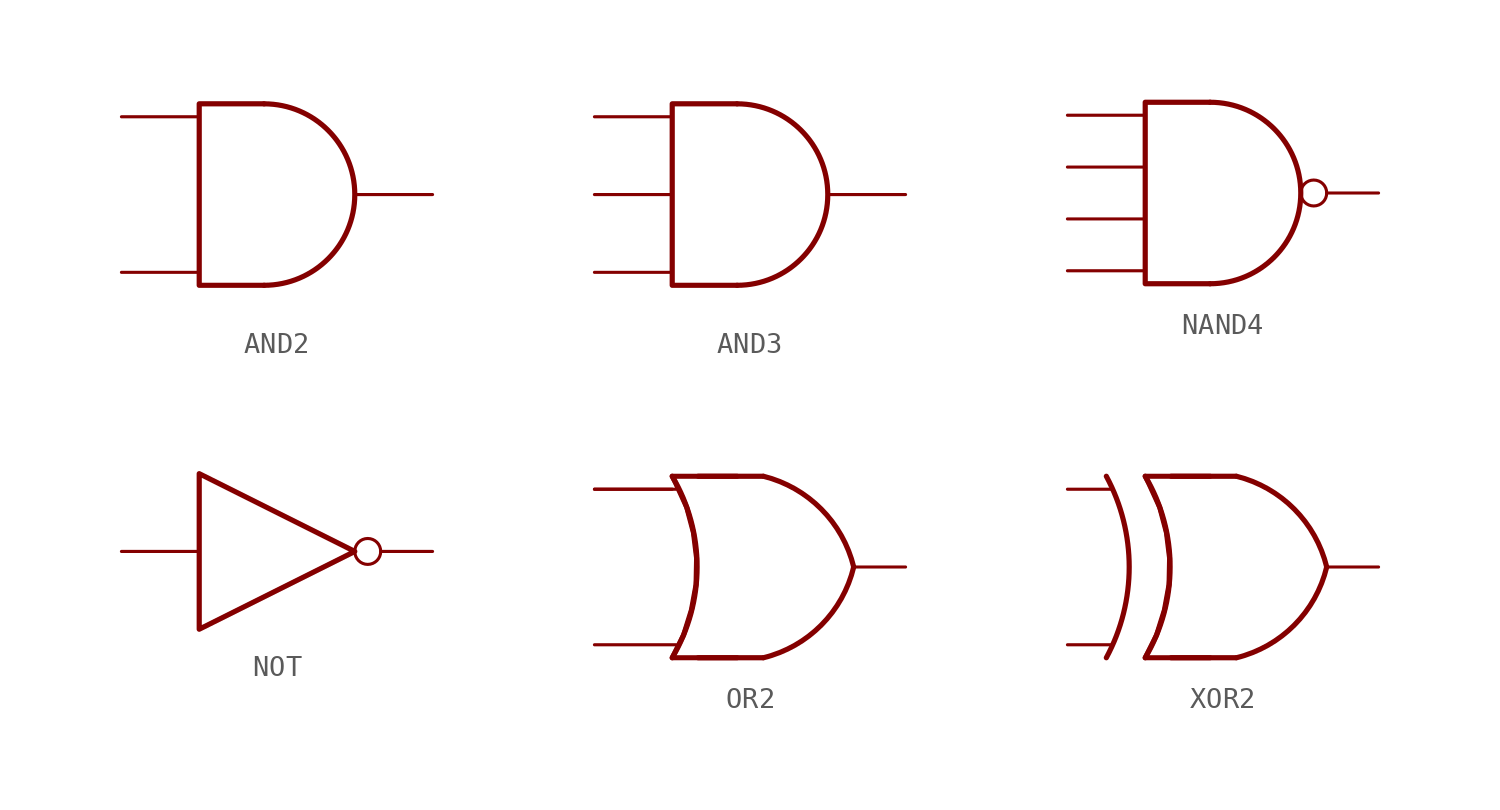
<source format=kicad_sym>
(kicad_symbol_lib
  (version 20231120)
  (generator "kicad_symbol_editor")
  (generator_version "8.0")
  (symbol "AND2"
    (property "Reference" "U"
      (at 0 0 0)
      (effects (font (size 1.27 1.27)) (hide yes)))
    (property "Value" ""
      (at 0 0 0)
      (effects (font (size 1.27 1.27))))
    (symbol "AND2_1_1"
      (polyline (pts (xy 6.985 9.525) (xy 3.81 9.525) (xy 3.81 0.635) (xy 6.985 0.635)) (stroke (width 0.254) (type default)) (fill (type none)))
      (arc (start 6.985 0.635) (mid 11.4107 5.08) (end 6.985 9.525) (stroke (width 0.254) (type default)) (fill (type none)))
      (pin input line (at 0 1.27 0) (length 3.81) (name "" (effects (font (size 1.27 1.27)))) (number "" (effects (font (size 1.27 1.27)))))
      (pin input line (at 0 8.89 0) (length 3.81) (name "" (effects (font (size 1.27 1.27)))) (number "" (effects (font (size 1.27 1.27)))))
      (pin output line (at 15.24 5.08 180) (length 3.81) (name "" (effects (font (size 1.27 1.27)))) (number "" (effects (font (size 1.27 1.27)))))))
  (symbol "AND3"
    (property "Reference" "U"
      (at 0 0 0)
      (effects (font (size 1.27 1.27)) (hide yes)))
    (property "Value" ""
      (at 0 0 0)
      (effects (font (size 1.27 1.27))))
    (symbol "AND3_1_1"
      (polyline (pts (xy 6.985 9.525) (xy 3.81 9.525) (xy 3.81 0.635) (xy 6.985 0.635)) (stroke (width 0.254) (type default)) (fill (type none)))
      (arc (start 6.985 0.635) (mid 11.4107 5.08) (end 6.985 9.525) (stroke (width 0.254) (type default)) (fill (type none)))
      (pin input line (at 0 1.27 0) (length 3.81) (name "" (effects (font (size 1.27 1.27)))) (number "" (effects (font (size 1.27 1.27)))))
      (pin input line (at 0 5.08 0) (length 3.81) (name "" (effects (font (size 1.27 1.27)))) (number "" (effects (font (size 1.27 1.27)))))
      (pin input line (at 0 8.89 0) (length 3.81) (name "" (effects (font (size 1.27 1.27)))) (number "" (effects (font (size 1.27 1.27)))))
      (pin output line (at 15.24 5.08 180) (length 3.81) (name "" (effects (font (size 1.27 1.27)))) (number "" (effects (font (size 1.27 1.27)))))))
  (symbol "NAND4"
    (property "Reference" "U"
      (at 0 0 0)
      (effects (font (size 1.27 1.27)) (hide yes)))
    (property "Value" ""
      (at 0 0 0)
      (effects (font (size 1.27 1.27))))
    (symbol "NAND4_1_1"
      (polyline (pts (xy 6.985 8.255) (xy 3.81 8.255) (xy 3.81 -0.635) (xy 6.985 -0.635)) (stroke (width 0.254) (type default)) (fill (type none)))
      (arc (start 6.985 -0.635) (mid 11.4107 3.81) (end 6.985 8.255) (stroke (width 0.254) (type default)) (fill (type none)))
      (pin input line (at 0 0 0) (length 3.81) (name "" (effects (font (size 1.27 1.27)))) (number "" (effects (font (size 1.27 1.27)))))
      (pin input line (at 0 2.54 0) (length 3.81) (name "" (effects (font (size 1.27 1.27)))) (number "" (effects (font (size 1.27 1.27)))))
      (pin input line (at 0 5.08 0) (length 3.81) (name "" (effects (font (size 1.27 1.27)))) (number "" (effects (font (size 1.27 1.27)))))
      (pin input line (at 0 7.62 0) (length 3.81) (name "" (effects (font (size 1.27 1.27)))) (number "" (effects (font (size 1.27 1.27)))))
      (pin output inverted (at 15.24 3.81 180) (length 3.81) (name "" (effects (font (size 1.27 1.27)))) (number "" (effects (font (size 1.27 1.27)))))))
  (symbol "NOT"
    (property "Reference" "U"
      (at 0 0 0)
      (effects (font (size 1.27 1.27)) (hide yes)))
    (property "Value" ""
      (at 0 0 0)
      (effects (font (size 1.27 1.27))))
    (symbol "NOT_1_0"
      (polyline (pts (xy 3.81 3.81) (xy 3.81 -3.81) (xy 11.43 0) (xy 3.81 3.81)) (stroke (width 0.254) (type default)) (fill (type none)))
      (pin input line (at 0 0 0) (length 3.81) (name "" (effects (font (size 1.27 1.27)))) (number "" (effects (font (size 1.27 1.27)))))
      (pin output inverted (at 15.24 0 180) (length 3.81) (name "" (effects (font (size 1.27 1.27)))) (number "" (effects (font (size 1.27 1.27)))))))
  (symbol "OR2"
    (property "Reference" "U"
      (at 0 0 0)
      (effects (font (size 1.27 1.27)) (hide yes)))
    (property "Value" ""
      (at 0 0 0)
      (effects (font (size 1.27 1.27))))
    (symbol "OR2_1_0"
      (pin input line (at 0 7.62 0) (length 3.81) (name "" (effects (font (size 1.27 1.27)))) (number "" (effects (font (size 1.27 1.27)))))
      (pin output line (at 15.24 3.81 180) (length 2.6) (name "" (effects (font (size 1.27 1.27)))) (number "" (effects (font (size 1.27 1.27))))))
    (symbol "OR2_1_1"
      (polyline (pts (xy 5.08 -0.635) (xy 8.255 -0.635)) (stroke (width 0.254) (type default)) (fill (type background)))
      (polyline (pts (xy 5.08 8.255) (xy 8.255 8.255)) (stroke (width 0.254) (type default)) (fill (type background)))
      (polyline (pts (xy 6.985 8.255) (xy 3.81 8.255) (xy 3.81 8.255) (xy 3.988 7.899) (xy 4.521 6.731) (xy 4.851 5.486) (xy 5.004 4.242) (xy 4.978 2.946) (xy 4.75 1.702) (xy 4.369 0.483) (xy 3.81 -0.635) (xy 3.81 -0.635) (xy 6.985 -0.635)) (stroke (width 0.25) (type default)) (fill (type none)))
      (arc (start 3.81 -0.635) (mid 5.0292 3.81) (end 3.81 8.255) (stroke (width 0.254) (type default)) (fill (type none)))
      (arc (start 8.2804 -0.635) (mid 11.1141 0.9672) (end 12.7 3.81) (stroke (width 0.254) (type default)) (fill (type none)))
      (arc (start 12.7 3.81) (mid 11.1097 6.6484) (end 8.2804 8.255) (stroke (width 0.254) (type default)) (fill (type none)))
      (pin input line (at 0 0 0) (length 4) (name "" (effects (font (size 1.27 1.27)))) (number "" (effects (font (size 1.27 1.27)))))
      (pin input line (at 0 7.62 0) (length 4) (name "" (effects (font (size 1.27 1.27)))) (number "" (effects (font (size 1.27 1.27)))))))
  (symbol "XOR2"
    (property "Reference" "U"
      (at 0 0 0)
      (effects (font (size 1.27 1.27)) (hide yes)))
    (property "Value" ""
      (at 0 0 0)
      (effects (font (size 1.27 1.27))))
    (symbol "XOR2_1_0"
      (pin input line (at 0 7.62 0) (length 2.2) (name "" (effects (font (size 1.27 1.27)))) (number "" (effects (font (size 1.27 1.27)))))
      (pin output line (at 15.24 3.81 180) (length 2.6) (name "" (effects (font (size 1.27 1.27)))) (number "" (effects (font (size 1.27 1.27))))))
    (symbol "XOR2_1_1"
      (polyline (pts (xy 5.08 -0.635) (xy 8.255 -0.635)) (stroke (width 0.254) (type default)) (fill (type background)))
      (polyline (pts (xy 5.08 8.255) (xy 8.255 8.255)) (stroke (width 0.254) (type default)) (fill (type background)))
      (polyline (pts (xy 6.985 8.255) (xy 3.81 8.255) (xy 3.81 8.255) (xy 3.988 7.899) (xy 4.521 6.731) (xy 4.851 5.486) (xy 5.004 4.242) (xy 4.978 2.946) (xy 4.75 1.702) (xy 4.369 0.483) (xy 3.81 -0.635) (xy 3.81 -0.635) (xy 6.985 -0.635)) (stroke (width 0.25) (type default)) (fill (type none)))
      (arc (start 1.905 -0.635) (mid 3.0257 3.81) (end 1.905 8.255) (stroke (width 0.254) (type default)) (fill (type none)))
      (arc (start 3.81 -0.635) (mid 5.0292 3.81) (end 3.81 8.255) (stroke (width 0.254) (type default)) (fill (type none)))
      (arc (start 8.2804 -0.635) (mid 11.1141 0.9672) (end 12.7 3.81) (stroke (width 0.254) (type default)) (fill (type none)))
      (arc (start 12.7 3.81) (mid 11.1097 6.6484) (end 8.2804 8.255) (stroke (width 0.254) (type default)) (fill (type none)))
      (pin input line (at 0 0 0) (length 2.2) (name "" (effects (font (size 1.27 1.27)))) (number "" (effects (font (size 1.27 1.27))))))))
</source>
